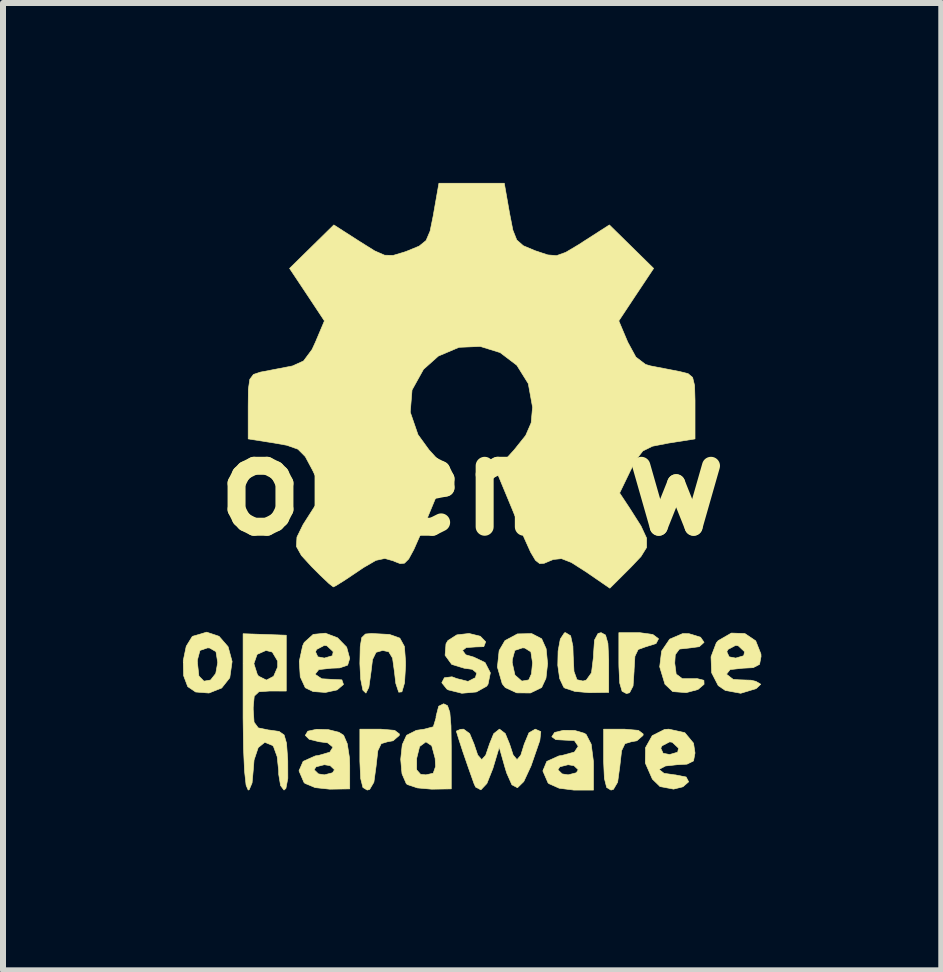
<source format=kicad_pcb>
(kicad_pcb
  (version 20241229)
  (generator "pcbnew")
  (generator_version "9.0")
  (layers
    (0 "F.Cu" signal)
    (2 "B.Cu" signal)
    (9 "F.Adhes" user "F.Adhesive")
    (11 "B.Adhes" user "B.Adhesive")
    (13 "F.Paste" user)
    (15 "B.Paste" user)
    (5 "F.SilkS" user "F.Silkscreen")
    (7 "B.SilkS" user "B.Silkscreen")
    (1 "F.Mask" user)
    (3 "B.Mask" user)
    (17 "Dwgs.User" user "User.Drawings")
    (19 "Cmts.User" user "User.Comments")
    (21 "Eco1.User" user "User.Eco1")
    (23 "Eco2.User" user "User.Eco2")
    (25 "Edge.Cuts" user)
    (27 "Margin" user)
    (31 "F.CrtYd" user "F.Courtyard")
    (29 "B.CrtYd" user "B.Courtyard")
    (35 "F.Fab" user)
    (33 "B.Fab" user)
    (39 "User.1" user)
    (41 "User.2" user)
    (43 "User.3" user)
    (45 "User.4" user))
  (footprint "openhw"
    (layer "F.Cu")
    (at 4.813 5.043)
    (property "Reference" "openhw" (at 0 0 0) (layer "F.SilkS") (effects (font (size 1.524 1.524) (thickness 0.3))))
    (attr through_hole)
    (fp_poly (pts (xy 3.022 2.486) (xy 3.117 2.557) (xy 3.075 2.637) (xy 2.893 2.694) (xy 2.777 2.736) (xy 2.723 2.849) (xy 2.709 3.08) (xy 2.709 3.096) (xy 2.692 3.345) (xy 2.634 3.457) (xy 2.582 3.471) (xy 2.509 3.432) (xy 2.469 3.294) (xy 2.456 3.025) (xy 2.455 2.963) (xy 2.455 2.455) (xy 2.801 2.455) (xy 3.022 2.486)) (stroke (width 0.01) (type solid)) (fill yes) (layer "F.SilkS"))
    (fp_poly (pts (xy -1.283 4.084) (xy -1.203 4.145) (xy -1.206 4.169) (xy -1.309 4.258) (xy -1.404 4.275) (xy -1.507 4.306) (xy -1.563 4.423) (xy -1.591 4.667) (xy -1.592 4.678) (xy -1.629 4.948) (xy -1.7 5.069) (xy -1.74 5.08) (xy -1.812 5.037) (xy -1.85 4.886) (xy -1.863 4.6) (xy -1.863 4.572) (xy -1.863 4.064) (xy -1.517 4.064) (xy -1.283 4.084)) (stroke (width 0.01) (type solid)) (fill yes) (layer "F.SilkS"))
    (fp_poly (pts (xy 2.781 4.084) (xy 2.861 4.145) (xy 2.858 4.169) (xy 2.755 4.258) (xy 2.66 4.275) (xy 2.557 4.306) (xy 2.501 4.423) (xy 2.473 4.667) (xy 2.472 4.678) (xy 2.435 4.948) (xy 2.364 5.069) (xy 2.324 5.08) (xy 2.252 5.037) (xy 2.214 4.886) (xy 2.201 4.6) (xy 2.201 4.572) (xy 2.201 4.064) (xy 2.547 4.064) (xy 2.781 4.084)) (stroke (width 0.01) (type solid)) (fill yes) (layer "F.SilkS"))
    (fp_poly (pts (xy 3.624 2.472) (xy 3.817 2.531) (xy 3.876 2.617) (xy 3.796 2.689) (xy 3.648 2.709) (xy 3.465 2.729) (xy 3.396 2.822) (xy 3.387 2.963) (xy 3.411 3.146) (xy 3.513 3.222) (xy 3.734 3.222) (xy 3.756 3.22) (xy 3.873 3.25) (xy 3.876 3.316) (xy 3.774 3.403) (xy 3.58 3.455) (xy 3.576 3.455) (xy 3.353 3.438) (xy 3.224 3.315) (xy 3.223 3.313) (xy 3.136 3.025) (xy 3.168 2.762) (xy 3.302 2.564) (xy 3.518 2.471) (xy 3.624 2.472)) (stroke (width 0.01) (type solid)) (fill yes) (layer "F.SilkS"))
    (fp_poly (pts (xy -1.369 2.485) (xy -1.197 2.546) (xy -1.12 2.686) (xy -1.101 2.94) (xy -1.101 3.007) (xy -1.118 3.292) (xy -1.162 3.442) (xy -1.215 3.448) (xy -1.264 3.301) (xy -1.286 3.111) (xy -1.318 2.879) (xy -1.382 2.774) (xy -1.482 2.752) (xy -1.593 2.783) (xy -1.652 2.904) (xy -1.677 3.111) (xy -1.713 3.366) (xy -1.762 3.463) (xy -1.813 3.414) (xy -1.85 3.228) (xy -1.863 2.969) (xy -1.857 2.688) (xy -1.832 2.538) (xy -1.77 2.478) (xy -1.672 2.469) (xy -1.369 2.485)) (stroke (width 0.01) (type solid)) (fill yes) (layer "F.SilkS"))
    (fp_poly (pts (xy -4.211 2.516) (xy -4.06 2.69) (xy -3.993 2.936) (xy -4.032 3.208) (xy -4.167 3.378) (xy -4.379 3.462) (xy -4.601 3.445) (xy -4.733 3.355) (xy -4.802 3.172) (xy -4.807 2.949) (xy -4.572 2.949) (xy -4.547 3.178) (xy -4.463 3.264) (xy -4.352 3.245) (xy -4.266 3.136) (xy -4.233 2.954) (xy -4.262 2.772) (xy -4.368 2.711) (xy -4.403 2.709) (xy -4.529 2.752) (xy -4.571 2.908) (xy -4.572 2.949) (xy -4.807 2.949) (xy -4.808 2.923) (xy -4.758 2.682) (xy -4.66 2.523) (xy -4.649 2.515) (xy -4.417 2.447) (xy -4.211 2.516)) (stroke (width 0.01) (type solid)) (fill yes) (layer "F.SilkS"))
    (fp_poly (pts (xy 1.168 2.557) (xy 1.243 2.724) (xy 1.267 2.971) (xy 1.24 3.215) (xy 1.168 3.37) (xy 0.981 3.461) (xy 0.752 3.459) (xy 0.562 3.371) (xy 0.511 3.308) (xy 0.43 3.028) (xy 0.438 2.956) (xy 0.677 2.956) (xy 0.723 3.163) (xy 0.837 3.263) (xy 0.953 3.243) (xy 0.998 3.142) (xy 1.016 2.958) (xy 0.988 2.775) (xy 0.885 2.711) (xy 0.847 2.709) (xy 0.721 2.751) (xy 0.679 2.903) (xy 0.677 2.956) (xy 0.438 2.956) (xy 0.459 2.754) (xy 0.556 2.588) (xy 0.764 2.476) (xy 1.002 2.471) (xy 1.168 2.557)) (stroke (width 0.01) (type solid)) (fill yes) (layer "F.SilkS"))
    (fp_poly (pts (xy 2.233 2.495) (xy 2.273 2.635) (xy 2.286 2.908) (xy 2.286 2.953) (xy 2.286 3.451) (xy 1.959 3.456) (xy 1.722 3.435) (xy 1.554 3.379) (xy 1.535 3.364) (xy 1.468 3.22) (xy 1.437 3) (xy 1.442 2.762) (xy 1.479 2.562) (xy 1.547 2.459) (xy 1.566 2.455) (xy 1.651 2.507) (xy 1.689 2.681) (xy 1.693 2.822) (xy 1.707 3.102) (xy 1.757 3.24) (xy 1.857 3.262) (xy 1.913 3.245) (xy 1.999 3.124) (xy 2.032 2.856) (xy 2.032 2.827) (xy 2.049 2.579) (xy 2.108 2.469) (xy 2.159 2.455) (xy 2.233 2.495)) (stroke (width 0.01) (type solid)) (fill yes) (layer "F.SilkS"))
    (fp_poly (pts (xy 0.145 2.515) (xy 0.235 2.608) (xy 0.203 2.689) (xy 0.072 2.693) (xy -0.09 2.704) (xy -0.151 2.752) (xy -0.098 2.824) (xy 0.036 2.863) (xy 0.224 2.953) (xy 0.313 3.125) (xy 0.274 3.315) (xy 0.251 3.348) (xy 0.08 3.444) (xy -0.162 3.466) (xy -0.387 3.41) (xy -0.413 3.395) (xy -0.497 3.29) (xy -0.454 3.207) (xy -0.327 3.191) (xy -0.247 3.221) (xy -0.061 3.268) (xy 0.063 3.206) (xy 0.085 3.128) (xy 0.012 3.067) (xy -0.124 3.048) (xy -0.331 2.985) (xy -0.442 2.832) (xy -0.427 2.641) (xy -0.395 2.587) (xy -0.246 2.492) (xy -0.042 2.469) (xy 0.145 2.515)) (stroke (width 0.01) (type solid)) (fill yes) (layer "F.SilkS"))
    (fp_poly (pts (xy -0.402 3.672) (xy -0.363 3.784) (xy -0.344 4.008) (xy -0.339 4.35) (xy -0.339 5.06) (xy -0.666 5.065) (xy -0.903 5.044) (xy -1.07 4.988) (xy -1.089 4.973) (xy -1.16 4.81) (xy -1.167 4.742) (xy -0.917 4.742) (xy -0.85 4.817) (xy -0.762 4.826) (xy -0.64 4.799) (xy -0.601 4.687) (xy -0.608 4.551) (xy -0.665 4.34) (xy -0.762 4.276) (xy -0.867 4.354) (xy -0.916 4.551) (xy -0.917 4.742) (xy -1.167 4.742) (xy -1.182 4.566) (xy -1.156 4.323) (xy -1.084 4.166) (xy -0.922 4.084) (xy -0.787 4.064) (xy -0.638 4.024) (xy -0.593 3.876) (xy -0.593 3.852) (xy -0.549 3.682) (xy -0.466 3.641) (xy -0.402 3.672)) (stroke (width 0.01) (type solid)) (fill yes) (layer "F.SilkS"))
    (fp_poly (pts (xy -2.39 4.072) (xy -2.212 4.116) (xy -2.134 4.166) (xy -2.073 4.307) (xy -2.036 4.545) (xy -2.032 4.664) (xy -2.032 5.06) (xy -2.365 5.065) (xy -2.608 5.039) (xy -2.777 4.969) (xy -2.795 4.952) (xy -2.878 4.759) (xy -2.87 4.741) (xy -2.625 4.741) (xy -2.554 4.81) (xy -2.455 4.826) (xy -2.318 4.791) (xy -2.286 4.741) (xy -2.357 4.673) (xy -2.455 4.657) (xy -2.593 4.692) (xy -2.625 4.741) (xy -2.87 4.741) (xy -2.809 4.601) (xy -2.606 4.51) (xy -2.555 4.503) (xy -2.364 4.448) (xy -2.312 4.364) (xy -2.401 4.292) (xy -2.541 4.274) (xy -2.708 4.233) (xy -2.773 4.168) (xy -2.731 4.098) (xy -2.583 4.066) (xy -2.39 4.072)) (stroke (width 0.01) (type solid)) (fill yes) (layer "F.SilkS"))
    (fp_poly (pts (xy -2.235 2.541) (xy -2.083 2.697) (xy -2.032 2.885) (xy -2.067 2.997) (xy -2.2 3.043) (xy -2.335 3.048) (xy -2.548 3.071) (xy -2.605 3.143) (xy -2.602 3.154) (xy -2.499 3.224) (xy -2.332 3.234) (xy -2.163 3.242) (xy -2.136 3.319) (xy -2.243 3.41) (xy -2.437 3.452) (xy -2.643 3.437) (xy -2.773 3.374) (xy -2.857 3.191) (xy -2.873 2.932) (xy -2.838 2.773) (xy -2.603 2.773) (xy -2.564 2.858) (xy -2.455 2.879) (xy -2.321 2.84) (xy -2.307 2.773) (xy -2.411 2.675) (xy -2.455 2.667) (xy -2.582 2.734) (xy -2.603 2.773) (xy -2.838 2.773) (xy -2.817 2.675) (xy -2.791 2.619) (xy -2.641 2.484) (xy -2.438 2.464) (xy -2.235 2.541)) (stroke (width 0.01) (type solid)) (fill yes) (layer "F.SilkS"))
    (fp_poly (pts (xy 1.72 4.086) (xy 1.88 4.133) (xy 1.91 4.153) (xy 1.994 4.315) (xy 2.031 4.601) (xy 2.032 4.667) (xy 2.032 5.08) (xy 1.704 5.08) (xy 1.46 5.049) (xy 1.289 4.973) (xy 1.273 4.957) (xy 1.188 4.761) (xy 1.196 4.741) (xy 1.439 4.741) (xy 1.51 4.81) (xy 1.609 4.826) (xy 1.746 4.791) (xy 1.778 4.741) (xy 1.707 4.673) (xy 1.609 4.657) (xy 1.471 4.692) (xy 1.439 4.741) (xy 1.196 4.741) (xy 1.254 4.601) (xy 1.456 4.51) (xy 1.504 4.503) (xy 1.714 4.446) (xy 1.778 4.349) (xy 1.713 4.254) (xy 1.57 4.248) (xy 1.404 4.239) (xy 1.337 4.191) (xy 1.384 4.119) (xy 1.533 4.083) (xy 1.72 4.086)) (stroke (width 0.01) (type solid)) (fill yes) (layer "F.SilkS"))
    (fp_poly (pts (xy 3.555 4.123) (xy 3.7 4.298) (xy 3.725 4.462) (xy 3.7 4.594) (xy 3.591 4.648) (xy 3.429 4.657) (xy 3.233 4.678) (xy 3.135 4.73) (xy 3.133 4.741) (xy 3.206 4.8) (xy 3.385 4.826) (xy 3.394 4.826) (xy 3.577 4.862) (xy 3.619 4.942) (xy 3.524 5.025) (xy 3.367 5.064) (xy 3.141 5.021) (xy 3.014 4.897) (xy 2.896 4.628) (xy 2.9 4.381) (xy 3.154 4.381) (xy 3.193 4.466) (xy 3.302 4.487) (xy 3.436 4.448) (xy 3.45 4.381) (xy 3.346 4.283) (xy 3.302 4.276) (xy 3.175 4.342) (xy 3.154 4.381) (xy 2.9 4.381) (xy 2.9 4.372) (xy 3.012 4.172) (xy 3.217 4.069) (xy 3.288 4.064) (xy 3.555 4.123)) (stroke (width 0.01) (type solid)) (fill yes) (layer "F.SilkS"))
    (fp_poly (pts (xy 4.556 2.47) (xy 4.737 2.592) (xy 4.824 2.811) (xy 4.826 2.853) (xy 4.801 2.984) (xy 4.695 3.039) (xy 4.523 3.048) (xy 4.31 3.071) (xy 4.253 3.143) (xy 4.257 3.154) (xy 4.36 3.234) (xy 4.454 3.241) (xy 4.658 3.248) (xy 4.739 3.267) (xy 4.821 3.315) (xy 4.752 3.382) (xy 4.739 3.39) (xy 4.487 3.466) (xy 4.23 3.419) (xy 4.112 3.338) (xy 4.002 3.124) (xy 3.992 2.858) (xy 4.024 2.773) (xy 4.255 2.773) (xy 4.294 2.858) (xy 4.403 2.879) (xy 4.537 2.84) (xy 4.551 2.773) (xy 4.447 2.675) (xy 4.403 2.667) (xy 4.276 2.734) (xy 4.255 2.773) (xy 4.024 2.773) (xy 4.08 2.626) (xy 4.112 2.588) (xy 4.331 2.462) (xy 4.556 2.47)) (stroke (width 0.01) (type solid)) (fill yes) (layer "F.SilkS"))
    (fp_poly (pts (xy 1.154 4.105) (xy 1.138 4.251) (xy 1.137 4.255) (xy 0.991 4.677) (xy 0.87 4.938) (xy 0.765 5.041) (xy 0.672 4.992) (xy 0.585 4.796) (xy 0.556 4.701) (xy 0.461 4.365) (xy 0.354 4.722) (xy 0.255 4.97) (xy 0.155 5.076) (xy 0.067 5.03) (xy 0.041 4.974) (xy -0.054 4.706) (xy -0.146 4.439) (xy -0.217 4.221) (xy -0.253 4.103) (xy -0.254 4.096) (xy -0.185 4.067) (xy -0.134 4.064) (xy -0.033 4.137) (xy 0.041 4.314) (xy 0.042 4.318) (xy 0.102 4.496) (xy 0.168 4.572) (xy 0.169 4.572) (xy 0.235 4.499) (xy 0.295 4.323) (xy 0.296 4.318) (xy 0.368 4.14) (xy 0.464 4.064) (xy 0.466 4.064) (xy 0.561 4.137) (xy 0.634 4.314) (xy 0.635 4.318) (xy 0.693 4.496) (xy 0.757 4.572) (xy 0.758 4.572) (xy 0.82 4.499) (xy 0.875 4.323) (xy 0.876 4.318) (xy 0.956 4.125) (xy 1.062 4.064) (xy 1.154 4.105)) (stroke (width 0.01) (type solid)) (fill yes) (layer "F.SilkS"))
    (fp_poly (pts (xy -3.09 2.498) (xy -3.09 3.429) (xy -3.365 3.428) (xy -3.547 3.441) (xy -3.624 3.514) (xy -3.641 3.698) (xy -3.641 3.74) (xy -3.627 3.948) (xy -3.557 4.043) (xy -3.386 4.078) (xy -3.365 4.08) (xy -3.21 4.102) (xy -3.126 4.161) (xy -3.086 4.298) (xy -3.067 4.557) (xy -3.065 4.593) (xy -3.064 4.885) (xy -3.096 5.052) (xy -3.128 5.08) (xy -3.185 5.005) (xy -3.216 4.819) (xy -3.217 4.758) (xy -3.242 4.522) (xy -3.303 4.354) (xy -3.317 4.337) (xy -3.448 4.283) (xy -3.558 4.372) (xy -3.627 4.578) (xy -3.641 4.752) (xy -3.66 4.96) (xy -3.708 5.073) (xy -3.725 5.08) (xy -3.76 4.998) (xy -3.786 4.76) (xy -3.803 4.382) (xy -3.81 3.876) (xy -3.81 3.777) (xy -3.81 2.972) (xy -3.63 2.972) (xy -3.572 3.154) (xy -3.552 3.18) (xy -3.422 3.246) (xy -3.301 3.183) (xy -3.234 3.028) (xy -3.234 2.928) (xy -3.323 2.779) (xy -3.428 2.752) (xy -3.576 2.817) (xy -3.63 2.972) (xy -3.81 2.972) (xy -3.81 2.473) (xy -3.09 2.498)) (stroke (width 0.01) (type solid)) (fill yes) (layer "F.SilkS"))
    (fp_poly (pts (xy 0.633 -4.537) (xy 0.688 -4.256) (xy 0.753 -4.092) (xy 0.862 -3.996) (xy 1.052 -3.916) (xy 1.071 -3.909) (xy 1.27 -3.843) (xy 1.417 -3.831) (xy 1.57 -3.886) (xy 1.792 -4.018) (xy 1.859 -4.062) (xy 2.297 -4.343) (xy 3.035 -3.618) (xy 2.744 -3.181) (xy 2.454 -2.743) (xy 2.603 -2.39) (xy 2.739 -2.14) (xy 2.9 -2.017) (xy 2.985 -1.992) (xy 3.251 -1.941) (xy 3.471 -1.898) (xy 3.609 -1.864) (xy 3.685 -1.8) (xy 3.718 -1.665) (xy 3.725 -1.415) (xy 3.725 -1.312) (xy 3.725 -0.775) (xy 3.281 -0.705) (xy 3.015 -0.653) (xy 2.855 -0.574) (xy 2.74 -0.425) (xy 2.652 -0.254) (xy 2.468 0.127) (xy 2.636 0.381) (xy 2.824 0.677) (xy 2.918 0.88) (xy 2.918 1.034) (xy 2.824 1.186) (xy 2.65 1.37) (xy 2.305 1.714) (xy 1.906 1.44) (xy 1.663 1.285) (xy 1.499 1.221) (xy 1.363 1.235) (xy 1.306 1.258) (xy 1.209 1.299) (xy 1.135 1.304) (xy 1.065 1.249) (xy 0.984 1.113) (xy 0.875 0.871) (xy 0.72 0.502) (xy 0.679 0.401) (xy 0.406 -0.257) (xy 0.711 -0.594) (xy 0.902 -0.833) (xy 0.993 -1.043) (xy 1.016 -1.301) (xy 1.016 -1.306) (xy 0.945 -1.697) (xy 0.754 -2.003) (xy 0.476 -2.214) (xy 0.144 -2.317) (xy -0.21 -2.302) (xy -0.553 -2.157) (xy -0.802 -1.935) (xy -0.993 -1.591) (xy -1.023 -1.221) (xy -0.894 -0.846) (xy -0.711 -0.594) (xy -0.406 -0.257) (xy -0.679 0.401) (xy -0.845 0.802) (xy -0.963 1.069) (xy -1.049 1.227) (xy -1.119 1.297) (xy -1.191 1.304) (xy -1.282 1.269) (xy -1.306 1.258) (xy -1.447 1.218) (xy -1.595 1.25) (xy -1.804 1.371) (xy -1.891 1.43) (xy -2.107 1.575) (xy -2.26 1.671) (xy -2.305 1.693) (xy -2.376 1.638) (xy -2.527 1.495) (xy -2.665 1.357) (xy -2.838 1.168) (xy -2.921 1.018) (xy -2.912 0.862) (xy -2.81 0.654) (xy -2.636 0.381) (xy -2.468 0.127) (xy -2.652 -0.254) (xy -2.773 -0.48) (xy -2.895 -0.603) (xy -3.08 -0.669) (xy -3.281 -0.705) (xy -3.725 -0.775) (xy -3.725 -1.312) (xy -3.722 -1.604) (xy -3.698 -1.769) (xy -3.637 -1.85) (xy -3.52 -1.889) (xy -3.471 -1.898) (xy -3.196 -1.951) (xy -2.985 -1.992) (xy -2.802 -2.075) (xy -2.66 -2.266) (xy -2.603 -2.39) (xy -2.454 -2.743) (xy -2.744 -3.181) (xy -3.035 -3.618) (xy -2.297 -4.343) (xy -1.859 -4.062) (xy -1.614 -3.909) (xy -1.45 -3.838) (xy -1.307 -3.835) (xy -1.126 -3.889) (xy -1.071 -3.909) (xy -0.874 -3.99) (xy -0.759 -4.083) (xy -0.692 -4.24) (xy -0.637 -4.51) (xy -0.633 -4.537) (xy -0.545 -5.038) (xy 0.545 -5.038) (xy 0.633 -4.537)) (stroke (width 0.01) (type solid)) (fill yes) (layer "F.SilkS")))
  (gr_rect
    (start -3 -3)
    (end 12.644 13.128)
    (stroke (width 0.1) (type default))
    (fill no)
    (layer "Edge.Cuts")))
</source>
